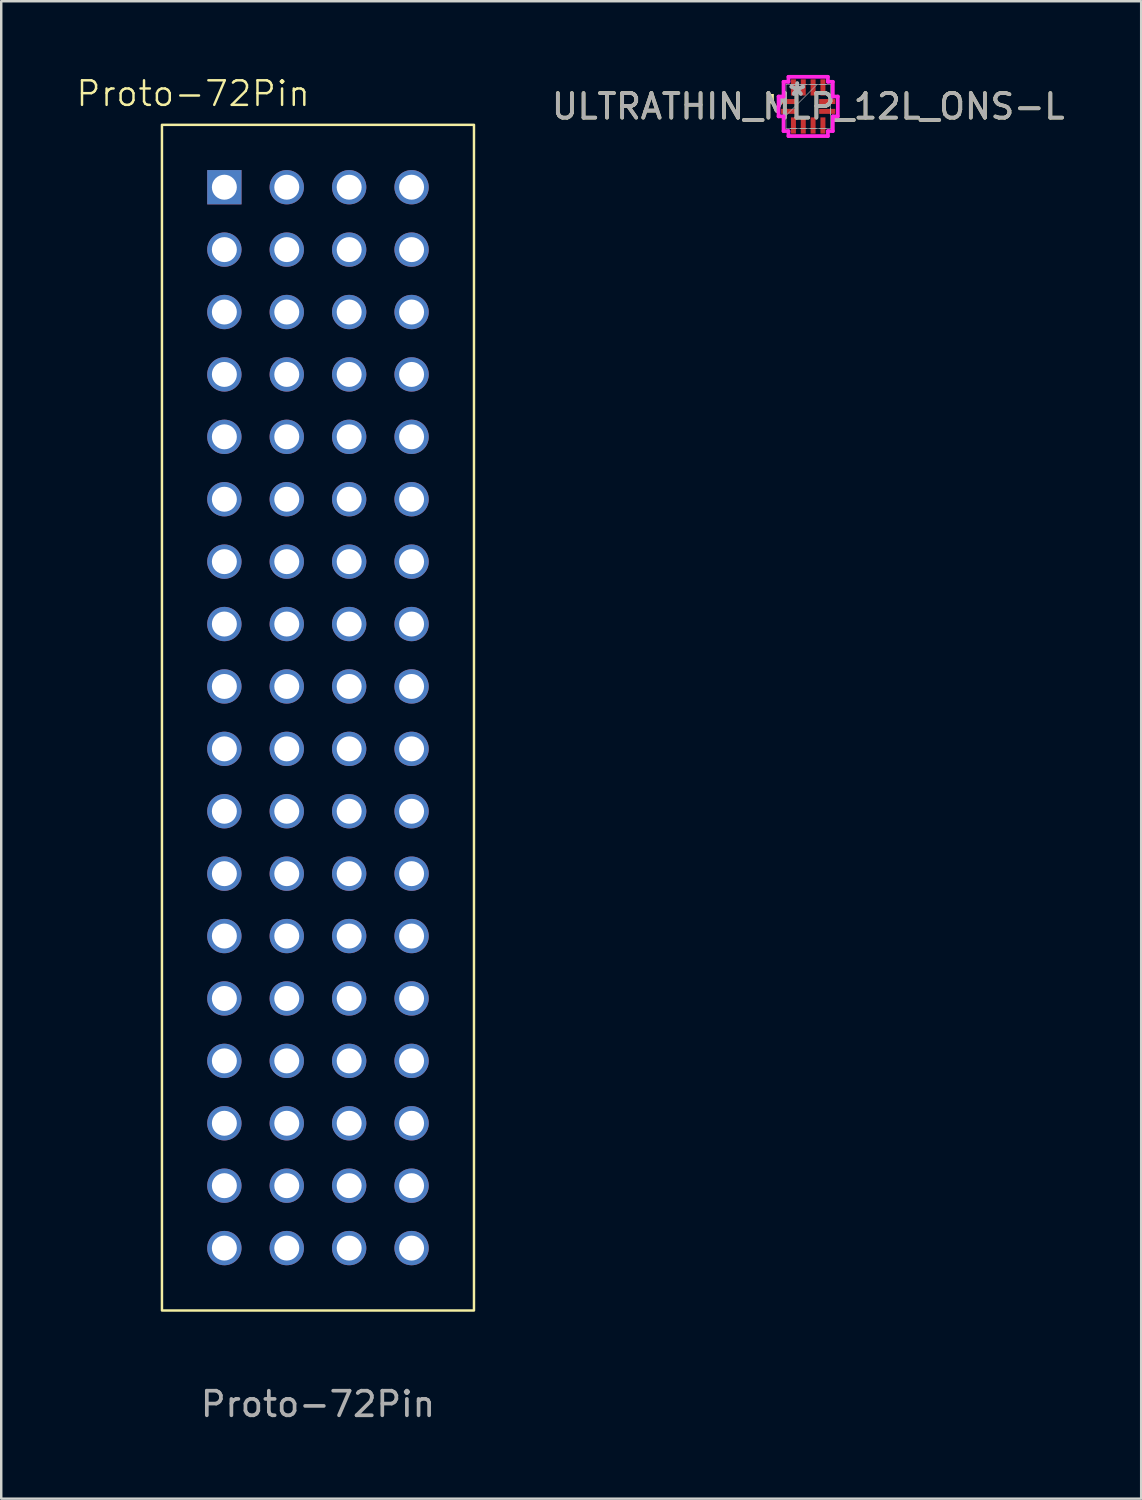
<source format=kicad_pcb>
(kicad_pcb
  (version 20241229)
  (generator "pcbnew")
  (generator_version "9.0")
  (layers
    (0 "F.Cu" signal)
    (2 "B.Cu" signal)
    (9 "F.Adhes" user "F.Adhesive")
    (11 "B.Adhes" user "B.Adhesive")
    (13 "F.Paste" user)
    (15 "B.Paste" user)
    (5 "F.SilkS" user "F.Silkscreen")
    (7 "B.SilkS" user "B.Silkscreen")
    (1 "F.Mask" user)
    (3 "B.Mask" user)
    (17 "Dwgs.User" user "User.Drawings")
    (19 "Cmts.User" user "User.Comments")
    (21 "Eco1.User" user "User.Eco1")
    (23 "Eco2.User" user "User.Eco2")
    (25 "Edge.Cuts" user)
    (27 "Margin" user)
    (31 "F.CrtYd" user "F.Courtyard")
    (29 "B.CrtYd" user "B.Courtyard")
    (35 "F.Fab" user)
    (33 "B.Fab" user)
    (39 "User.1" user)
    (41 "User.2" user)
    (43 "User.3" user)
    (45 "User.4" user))
  (footprint "ULTRATHIN_MLP_12L_ONS-L"
    (layer "F.Cu")
    (at 29.845 1.283)
    (property "Reference" "ULTRATHIN_MLP_12L_ONS-L" (at 0 0 0) (unlocked yes) (layer "F.SilkS") (effects (font (size 1 1) (thickness 0.15))))
    (attr smd)
    (fp_poly (pts (xy -1.397 -0.127) (xy -1.651 -0.127) (xy -1.651 -0.508) (xy -1.397 -0.508)) (stroke (width 0) (type solid)) (fill yes) (layer "F.SilkS"))
    (fp_line (start -1.206 -0.403) (end -1.003 -0.403) (stroke (width 0.152) (type solid)) (layer "F.CrtYd"))
    (fp_line (start -1.206 0.403) (end -1.206 -0.403) (stroke (width 0.152) (type solid)) (layer "F.CrtYd"))
    (fp_line (start -1.003 -1.003) (end -0.803 -1.003) (stroke (width 0.152) (type solid)) (layer "F.CrtYd"))
    (fp_line (start -1.003 -0.403) (end -1.003 -1.003) (stroke (width 0.152) (type solid)) (layer "F.CrtYd"))
    (fp_line (start -1.003 0.403) (end -1.206 0.403) (stroke (width 0.152) (type solid)) (layer "F.CrtYd"))
    (fp_line (start -1.003 1.003) (end -1.003 0.403) (stroke (width 0.152) (type solid)) (layer "F.CrtYd"))
    (fp_line (start -0.803 -1.206) (end 0.803 -1.206) (stroke (width 0.152) (type solid)) (layer "F.CrtYd"))
    (fp_line (start -0.803 -1.003) (end -0.803 -1.206) (stroke (width 0.152) (type solid)) (layer "F.CrtYd"))
    (fp_line (start -0.803 1.003) (end -1.003 1.003) (stroke (width 0.152) (type solid)) (layer "F.CrtYd"))
    (fp_line (start -0.803 1.206) (end -0.803 1.003) (stroke (width 0.152) (type solid)) (layer "F.CrtYd"))
    (fp_line (start 0.803 -1.206) (end 0.803 -1.003) (stroke (width 0.152) (type solid)) (layer "F.CrtYd"))
    (fp_line (start 0.803 -1.003) (end 1.003 -1.003) (stroke (width 0.152) (type solid)) (layer "F.CrtYd"))
    (fp_line (start 0.803 1.003) (end 0.803 1.206) (stroke (width 0.152) (type solid)) (layer "F.CrtYd"))
    (fp_line (start 0.803 1.206) (end -0.803 1.206) (stroke (width 0.152) (type solid)) (layer "F.CrtYd"))
    (fp_line (start 1.003 -1.003) (end 1.003 -0.403) (stroke (width 0.152) (type solid)) (layer "F.CrtYd"))
    (fp_line (start 1.003 -0.403) (end 1.206 -0.403) (stroke (width 0.152) (type solid)) (layer "F.CrtYd"))
    (fp_line (start 1.003 0.403) (end 1.003 1.003) (stroke (width 0.152) (type solid)) (layer "F.CrtYd"))
    (fp_line (start 1.003 1.003) (end 0.803 1.003) (stroke (width 0.152) (type solid)) (layer "F.CrtYd"))
    (fp_line (start 1.206 -0.403) (end 1.206 0.403) (stroke (width 0.152) (type solid)) (layer "F.CrtYd"))
    (fp_line (start 1.206 0.403) (end 1.003 0.403) (stroke (width 0.152) (type solid)) (layer "F.CrtYd"))
    (fp_line (start -0.902 -0.902) (end -0.902 -0.902) (stroke (width 0.025) (type solid)) (layer "F.Fab"))
    (fp_line (start -0.902 -0.902) (end -0.902 0.902) (stroke (width 0.025) (type solid)) (layer "F.Fab"))
    (fp_line (start -0.902 -0.327) (end -0.902 -0.327) (stroke (width 0.025) (type solid)) (layer "F.Fab"))
    (fp_line (start -0.902 -0.327) (end -0.902 -0.073) (stroke (width 0.025) (type solid)) (layer "F.Fab"))
    (fp_line (start -0.902 -0.073) (end -0.902 -0.327) (stroke (width 0.025) (type solid)) (layer "F.Fab"))
    (fp_line (start -0.902 -0.073) (end -0.902 -0.073) (stroke (width 0.025) (type solid)) (layer "F.Fab"))
    (fp_line (start -0.902 0.073) (end -0.902 0.073) (stroke (width 0.025) (type solid)) (layer "F.Fab"))
    (fp_line (start -0.902 0.073) (end -0.902 0.327) (stroke (width 0.025) (type solid)) (layer "F.Fab"))
    (fp_line (start -0.902 0.327) (end -0.902 0.073) (stroke (width 0.025) (type solid)) (layer "F.Fab"))
    (fp_line (start -0.902 0.327) (end -0.902 0.327) (stroke (width 0.025) (type solid)) (layer "F.Fab"))
    (fp_line (start -0.902 0.368) (end 0.368 -0.902) (stroke (width 0.025) (type solid)) (layer "F.Fab"))
    (fp_line (start -0.902 0.902) (end -0.902 0.902) (stroke (width 0.025) (type solid)) (layer "F.Fab"))
    (fp_line (start -0.902 0.902) (end 0.902 0.902) (stroke (width 0.025) (type solid)) (layer "F.Fab"))
    (fp_line (start -0.727 -0.902) (end -0.727 -0.902) (stroke (width 0.025) (type solid)) (layer "F.Fab"))
    (fp_line (start -0.727 -0.902) (end -0.473 -0.902) (stroke (width 0.025) (type solid)) (layer "F.Fab"))
    (fp_line (start -0.727 0.902) (end -0.727 0.902) (stroke (width 0.025) (type solid)) (layer "F.Fab"))
    (fp_line (start -0.727 0.902) (end -0.473 0.902) (stroke (width 0.025) (type solid)) (layer "F.Fab"))
    (fp_line (start -0.473 -0.902) (end -0.727 -0.902) (stroke (width 0.025) (type solid)) (layer "F.Fab"))
    (fp_line (start -0.473 -0.902) (end -0.473 -0.902) (stroke (width 0.025) (type solid)) (layer "F.Fab"))
    (fp_line (start -0.473 0.902) (end -0.727 0.902) (stroke (width 0.025) (type solid)) (layer "F.Fab"))
    (fp_line (start -0.473 0.902) (end -0.473 0.902) (stroke (width 0.025) (type solid)) (layer "F.Fab"))
    (fp_line (start -0.327 -0.902) (end -0.327 -0.902) (stroke (width 0.025) (type solid)) (layer "F.Fab"))
    (fp_line (start -0.327 -0.902) (end -0.073 -0.902) (stroke (width 0.025) (type solid)) (layer "F.Fab"))
    (fp_line (start -0.327 0.902) (end -0.327 0.902) (stroke (width 0.025) (type solid)) (layer "F.Fab"))
    (fp_line (start -0.327 0.902) (end -0.073 0.902) (stroke (width 0.025) (type solid)) (layer "F.Fab"))
    (fp_line (start -0.073 -0.902) (end -0.327 -0.902) (stroke (width 0.025) (type solid)) (layer "F.Fab"))
    (fp_line (start -0.073 -0.902) (end -0.073 -0.902) (stroke (width 0.025) (type solid)) (layer "F.Fab"))
    (fp_line (start -0.073 0.902) (end -0.327 0.902) (stroke (width 0.025) (type solid)) (layer "F.Fab"))
    (fp_line (start -0.073 0.902) (end -0.073 0.902) (stroke (width 0.025) (type solid)) (layer "F.Fab"))
    (fp_line (start 0.073 -0.902) (end 0.073 -0.902) (stroke (width 0.025) (type solid)) (layer "F.Fab"))
    (fp_line (start 0.073 -0.902) (end 0.327 -0.902) (stroke (width 0.025) (type solid)) (layer "F.Fab"))
    (fp_line (start 0.073 0.902) (end 0.073 0.902) (stroke (width 0.025) (type solid)) (layer "F.Fab"))
    (fp_line (start 0.073 0.902) (end 0.327 0.902) (stroke (width 0.025) (type solid)) (layer "F.Fab"))
    (fp_line (start 0.327 -0.902) (end 0.073 -0.902) (stroke (width 0.025) (type solid)) (layer "F.Fab"))
    (fp_line (start 0.327 -0.902) (end 0.327 -0.902) (stroke (width 0.025) (type solid)) (layer "F.Fab"))
    (fp_line (start 0.327 0.902) (end 0.073 0.902) (stroke (width 0.025) (type solid)) (layer "F.Fab"))
    (fp_line (start 0.327 0.902) (end 0.327 0.902) (stroke (width 0.025) (type solid)) (layer "F.Fab"))
    (fp_line (start 0.473 -0.902) (end 0.473 -0.902) (stroke (width 0.025) (type solid)) (layer "F.Fab"))
    (fp_line (start 0.473 -0.902) (end 0.727 -0.902) (stroke (width 0.025) (type solid)) (layer "F.Fab"))
    (fp_line (start 0.473 0.902) (end 0.473 0.902) (stroke (width 0.025) (type solid)) (layer "F.Fab"))
    (fp_line (start 0.473 0.902) (end 0.727 0.902) (stroke (width 0.025) (type solid)) (layer "F.Fab"))
    (fp_line (start 0.727 -0.902) (end 0.473 -0.902) (stroke (width 0.025) (type solid)) (layer "F.Fab"))
    (fp_line (start 0.727 -0.902) (end 0.727 -0.902) (stroke (width 0.025) (type solid)) (layer "F.Fab"))
    (fp_line (start 0.727 0.902) (end 0.473 0.902) (stroke (width 0.025) (type solid)) (layer "F.Fab"))
    (fp_line (start 0.727 0.902) (end 0.727 0.902) (stroke (width 0.025) (type solid)) (layer "F.Fab"))
    (fp_line (start 0.902 -0.902) (end -0.902 -0.902) (stroke (width 0.025) (type solid)) (layer "F.Fab"))
    (fp_line (start 0.902 -0.902) (end 0.902 -0.902) (stroke (width 0.025) (type solid)) (layer "F.Fab"))
    (fp_line (start 0.902 -0.327) (end 0.902 -0.327) (stroke (width 0.025) (type solid)) (layer "F.Fab"))
    (fp_line (start 0.902 -0.327) (end 0.902 -0.073) (stroke (width 0.025) (type solid)) (layer "F.Fab"))
    (fp_line (start 0.902 -0.073) (end 0.902 -0.327) (stroke (width 0.025) (type solid)) (layer "F.Fab"))
    (fp_line (start 0.902 -0.073) (end 0.902 -0.073) (stroke (width 0.025) (type solid)) (layer "F.Fab"))
    (fp_line (start 0.902 0.073) (end 0.902 0.073) (stroke (width 0.025) (type solid)) (layer "F.Fab"))
    (fp_line (start 0.902 0.073) (end 0.902 0.327) (stroke (width 0.025) (type solid)) (layer "F.Fab"))
    (fp_line (start 0.902 0.327) (end 0.902 0.073) (stroke (width 0.025) (type solid)) (layer "F.Fab"))
    (fp_line (start 0.902 0.327) (end 0.902 0.327) (stroke (width 0.025) (type solid)) (layer "F.Fab"))
    (fp_line (start 0.902 0.902) (end 0.902 -0.902) (stroke (width 0.025) (type solid)) (layer "F.Fab"))
    (fp_line (start 0.902 0.902) (end 0.902 0.902) (stroke (width 0.025) (type solid)) (layer "F.Fab"))
    (fp_text user "*" (at -0.445 -0.4 0) (unlocked yes) (layer "F.Fab") (effects (font (size 1 1) (thickness 0.15))))
    (fp_text user "${REFERENCE}" (at 0 0 0) (unlocked yes) (layer "F.Fab") (effects (font (size 1 1) (thickness 0.15))))
    (fp_text user "*" (at -0.445 -0.4 0) (layer "F.Fab") (effects (font (size 1 1) (thickness 0.15))))
    (pad "1" smd rect (at -0.775 -0.2 90) (size 0.203 0.66) (layers "F.Cu" "F.Mask" "F.Paste"))
    (pad "2" smd rect (at -0.775 0.2 90) (size 0.203 0.66) (layers "F.Cu" "F.Mask" "F.Paste"))
    (pad "3" smd rect (at -0.6 0.775) (size 0.203 0.66) (layers "F.Cu" "F.Mask" "F.Paste"))
    (pad "4" smd rect (at -0.2 0.775) (size 0.203 0.66) (layers "F.Cu" "F.Mask" "F.Paste"))
    (pad "5" smd rect (at 0.2 0.775) (size 0.203 0.66) (layers "F.Cu" "F.Mask" "F.Paste"))
    (pad "6" smd rect (at 0.6 0.775) (size 0.203 0.66) (layers "F.Cu" "F.Mask" "F.Paste"))
    (pad "7" smd rect (at 0.775 0.2 90) (size 0.203 0.66) (layers "F.Cu" "F.Mask" "F.Paste"))
    (pad "8" smd rect (at 0.775 -0.2 90) (size 0.203 0.66) (layers "F.Cu" "F.Mask" "F.Paste"))
    (pad "9" smd rect (at 0.6 -0.775) (size 0.203 0.66) (layers "F.Cu" "F.Mask" "F.Paste"))
    (pad "10" smd rect (at 0.2 -0.775) (size 0.203 0.66) (layers "F.Cu" "F.Mask" "F.Paste"))
    (pad "11" smd rect (at -0.2 -0.775) (size 0.203 0.66) (layers "F.Cu" "F.Mask" "F.Paste"))
    (pad "12" smd rect (at -0.6 -0.775) (size 0.203 0.66) (layers "F.Cu" "F.Mask" "F.Paste")))
  (footprint "Proto-72Pin"
    (layer "F.Cu")
    (at 9.892 26.16)
    (property "Reference" "Proto-72Pin" (at -5.08 -25.4 0) (unlocked yes) (layer "F.SilkS") (effects (font (size 1 1) (thickness 0.1))))
    (attr through_hole)
    (fp_rect (start -6.35 -24.13) (end 6.35 24.13) (stroke (width 0.1) (type default)) (fill no) (layer "F.SilkS"))
    (fp_text user "${REFERENCE}" (at 0 27.94 0) (unlocked yes) (layer "F.Fab") (effects (font (size 1 1) (thickness 0.15))))
    (pad "1" thru_hole rect (at -3.81 -21.59) (size 1.397 1.397) (drill 1.016) (layers "*.Cu" "*.Mask"))
    (pad "2" thru_hole circle (at -1.27 -21.59) (size 1.397 1.397) (drill 1.016) (layers "*.Cu" "*.Mask"))
    (pad "3" thru_hole circle (at 1.27 -21.59) (size 1.397 1.397) (drill 1.016) (layers "*.Cu" "*.Mask"))
    (pad "4" thru_hole circle (at 3.81 -21.59) (size 1.397 1.397) (drill 1.016) (layers "*.Cu" "*.Mask"))
    (pad "5" thru_hole circle (at -3.81 -19.05) (size 1.397 1.397) (drill 1.016) (layers "*.Cu" "*.Mask"))
    (pad "6" thru_hole circle (at -1.27 -19.05) (size 1.397 1.397) (drill 1.016) (layers "*.Cu" "*.Mask"))
    (pad "7" thru_hole circle (at 1.27 -19.05) (size 1.397 1.397) (drill 1.016) (layers "*.Cu" "*.Mask"))
    (pad "8" thru_hole circle (at 3.81 -19.05) (size 1.397 1.397) (drill 1.016) (layers "*.Cu" "*.Mask"))
    (pad "9" thru_hole circle (at -3.81 -16.51) (size 1.397 1.397) (drill 1.016) (layers "*.Cu" "*.Mask"))
    (pad "10" thru_hole circle (at -1.27 -16.51) (size 1.397 1.397) (drill 1.016) (layers "*.Cu" "*.Mask"))
    (pad "11" thru_hole circle (at 1.27 -16.51) (size 1.397 1.397) (drill 1.016) (layers "*.Cu" "*.Mask"))
    (pad "12" thru_hole circle (at 3.81 -16.51) (size 1.397 1.397) (drill 1.016) (layers "*.Cu" "*.Mask"))
    (pad "13" thru_hole circle (at -3.81 -13.97) (size 1.397 1.397) (drill 1.016) (layers "*.Cu" "*.Mask"))
    (pad "14" thru_hole circle (at -1.27 -13.97) (size 1.397 1.397) (drill 1.016) (layers "*.Cu" "*.Mask"))
    (pad "15" thru_hole circle (at 1.27 -13.97) (size 1.397 1.397) (drill 1.016) (layers "*.Cu" "*.Mask"))
    (pad "16" thru_hole circle (at 3.81 -13.97) (size 1.397 1.397) (drill 1.016) (layers "*.Cu" "*.Mask"))
    (pad "17" thru_hole circle (at -3.81 -11.43) (size 1.397 1.397) (drill 1.016) (layers "*.Cu" "*.Mask"))
    (pad "18" thru_hole circle (at -1.27 -11.43) (size 1.397 1.397) (drill 1.016) (layers "*.Cu" "*.Mask"))
    (pad "19" thru_hole circle (at 1.27 -11.43) (size 1.397 1.397) (drill 1.016) (layers "*.Cu" "*.Mask"))
    (pad "20" thru_hole circle (at 3.81 -11.43) (size 1.397 1.397) (drill 1.016) (layers "*.Cu" "*.Mask"))
    (pad "21" thru_hole circle (at -3.81 -8.89) (size 1.397 1.397) (drill 1.016) (layers "*.Cu" "*.Mask"))
    (pad "22" thru_hole circle (at -1.27 -8.89) (size 1.397 1.397) (drill 1.016) (layers "*.Cu" "*.Mask"))
    (pad "23" thru_hole circle (at 1.27 -8.89) (size 1.397 1.397) (drill 1.016) (layers "*.Cu" "*.Mask"))
    (pad "24" thru_hole circle (at 3.81 -8.89) (size 1.397 1.397) (drill 1.016) (layers "*.Cu" "*.Mask"))
    (pad "25" thru_hole circle (at -3.81 -6.35) (size 1.397 1.397) (drill 1.016) (layers "*.Cu" "*.Mask"))
    (pad "26" thru_hole circle (at -1.27 -6.35) (size 1.397 1.397) (drill 1.016) (layers "*.Cu" "*.Mask"))
    (pad "27" thru_hole circle (at 1.27 -6.35) (size 1.397 1.397) (drill 1.016) (layers "*.Cu" "*.Mask"))
    (pad "28" thru_hole circle (at 3.81 -6.35) (size 1.397 1.397) (drill 1.016) (layers "*.Cu" "*.Mask"))
    (pad "29" thru_hole circle (at -3.81 -3.81) (size 1.397 1.397) (drill 1.016) (layers "*.Cu" "*.Mask"))
    (pad "30" thru_hole circle (at -1.27 -3.81) (size 1.397 1.397) (drill 1.016) (layers "*.Cu" "*.Mask"))
    (pad "31" thru_hole circle (at 1.27 -3.81) (size 1.397 1.397) (drill 1.016) (layers "*.Cu" "*.Mask"))
    (pad "32" thru_hole circle (at 3.81 -3.81) (size 1.397 1.397) (drill 1.016) (layers "*.Cu" "*.Mask"))
    (pad "33" thru_hole circle (at -3.81 -1.27) (size 1.397 1.397) (drill 1.016) (layers "*.Cu" "*.Mask"))
    (pad "34" thru_hole circle (at -1.27 -1.27) (size 1.397 1.397) (drill 1.016) (layers "*.Cu" "*.Mask"))
    (pad "35" thru_hole circle (at 1.27 -1.27) (size 1.397 1.397) (drill 1.016) (layers "*.Cu" "*.Mask"))
    (pad "36" thru_hole circle (at 3.81 -1.27) (size 1.397 1.397) (drill 1.016) (layers "*.Cu" "*.Mask"))
    (pad "37" thru_hole circle (at -3.81 1.27) (size 1.397 1.397) (drill 1.016) (layers "*.Cu" "*.Mask"))
    (pad "38" thru_hole circle (at -1.27 1.27) (size 1.397 1.397) (drill 1.016) (layers "*.Cu" "*.Mask"))
    (pad "39" thru_hole circle (at 1.27 1.27) (size 1.397 1.397) (drill 1.016) (layers "*.Cu" "*.Mask"))
    (pad "40" thru_hole circle (at 3.81 1.27) (size 1.397 1.397) (drill 1.016) (layers "*.Cu" "*.Mask"))
    (pad "41" thru_hole circle (at -3.81 3.81) (size 1.397 1.397) (drill 1.016) (layers "*.Cu" "*.Mask"))
    (pad "42" thru_hole circle (at -1.27 3.81) (size 1.397 1.397) (drill 1.016) (layers "*.Cu" "*.Mask"))
    (pad "43" thru_hole circle (at 1.27 3.81) (size 1.397 1.397) (drill 1.016) (layers "*.Cu" "*.Mask"))
    (pad "44" thru_hole circle (at 3.81 3.81) (size 1.397 1.397) (drill 1.016) (layers "*.Cu" "*.Mask"))
    (pad "45" thru_hole circle (at -3.81 6.35) (size 1.397 1.397) (drill 1.016) (layers "*.Cu" "*.Mask"))
    (pad "46" thru_hole circle (at -1.27 6.35) (size 1.397 1.397) (drill 1.016) (layers "*.Cu" "*.Mask"))
    (pad "47" thru_hole circle (at 1.27 6.35) (size 1.397 1.397) (drill 1.016) (layers "*.Cu" "*.Mask"))
    (pad "48" thru_hole circle (at 3.81 6.35) (size 1.397 1.397) (drill 1.016) (layers "*.Cu" "*.Mask"))
    (pad "49" thru_hole circle (at -3.81 8.89) (size 1.397 1.397) (drill 1.016) (layers "*.Cu" "*.Mask"))
    (pad "50" thru_hole circle (at -1.27 8.89) (size 1.397 1.397) (drill 1.016) (layers "*.Cu" "*.Mask"))
    (pad "51" thru_hole circle (at 1.27 8.89) (size 1.397 1.397) (drill 1.016) (layers "*.Cu" "*.Mask"))
    (pad "52" thru_hole circle (at 3.81 8.89) (size 1.397 1.397) (drill 1.016) (layers "*.Cu" "*.Mask"))
    (pad "53" thru_hole circle (at -3.81 11.43) (size 1.397 1.397) (drill 1.016) (layers "*.Cu" "*.Mask"))
    (pad "54" thru_hole circle (at -1.27 11.43) (size 1.397 1.397) (drill 1.016) (layers "*.Cu" "*.Mask"))
    (pad "55" thru_hole circle (at 1.27 11.43) (size 1.397 1.397) (drill 1.016) (layers "*.Cu" "*.Mask"))
    (pad "56" thru_hole circle (at 3.81 11.43) (size 1.397 1.397) (drill 1.016) (layers "*.Cu" "*.Mask"))
    (pad "57" thru_hole circle (at -3.81 13.97) (size 1.397 1.397) (drill 1.016) (layers "*.Cu" "*.Mask"))
    (pad "58" thru_hole circle (at -1.27 13.97) (size 1.397 1.397) (drill 1.016) (layers "*.Cu" "*.Mask"))
    (pad "59" thru_hole circle (at 1.27 13.97) (size 1.397 1.397) (drill 1.016) (layers "*.Cu" "*.Mask"))
    (pad "60" thru_hole circle (at 3.81 13.97) (size 1.397 1.397) (drill 1.016) (layers "*.Cu" "*.Mask"))
    (pad "61" thru_hole circle (at -3.81 16.51) (size 1.397 1.397) (drill 1.016) (layers "*.Cu" "*.Mask"))
    (pad "62" thru_hole circle (at -1.27 16.51) (size 1.397 1.397) (drill 1.016) (layers "*.Cu" "*.Mask"))
    (pad "63" thru_hole circle (at 1.27 16.51) (size 1.397 1.397) (drill 1.016) (layers "*.Cu" "*.Mask"))
    (pad "64" thru_hole circle (at 3.81 16.51) (size 1.397 1.397) (drill 1.016) (layers "*.Cu" "*.Mask"))
    (pad "65" thru_hole circle (at -3.81 19.05) (size 1.397 1.397) (drill 1.016) (layers "*.Cu" "*.Mask"))
    (pad "66" thru_hole circle (at -1.27 19.05) (size 1.397 1.397) (drill 1.016) (layers "*.Cu" "*.Mask"))
    (pad "67" thru_hole circle (at 1.27 19.05) (size 1.397 1.397) (drill 1.016) (layers "*.Cu" "*.Mask"))
    (pad "68" thru_hole circle (at 3.81 19.05) (size 1.397 1.397) (drill 1.016) (layers "*.Cu" "*.Mask"))
    (pad "69" thru_hole circle (at -3.81 21.59) (size 1.397 1.397) (drill 1.016) (layers "*.Cu" "*.Mask"))
    (pad "70" thru_hole circle (at -1.27 21.59) (size 1.397 1.397) (drill 1.016) (layers "*.Cu" "*.Mask"))
    (pad "71" thru_hole circle (at 1.27 21.59) (size 1.397 1.397) (drill 1.016) (layers "*.Cu" "*.Mask"))
    (pad "72" thru_hole circle (at 3.81 21.59) (size 1.397 1.397) (drill 1.016) (layers "*.Cu" "*.Mask")))
  (gr_rect
    (start -3 -3)
    (end 43.399 57.949)
    (stroke (width 0.1) (type default))
    (fill no)
    (layer "Edge.Cuts")))
</source>
